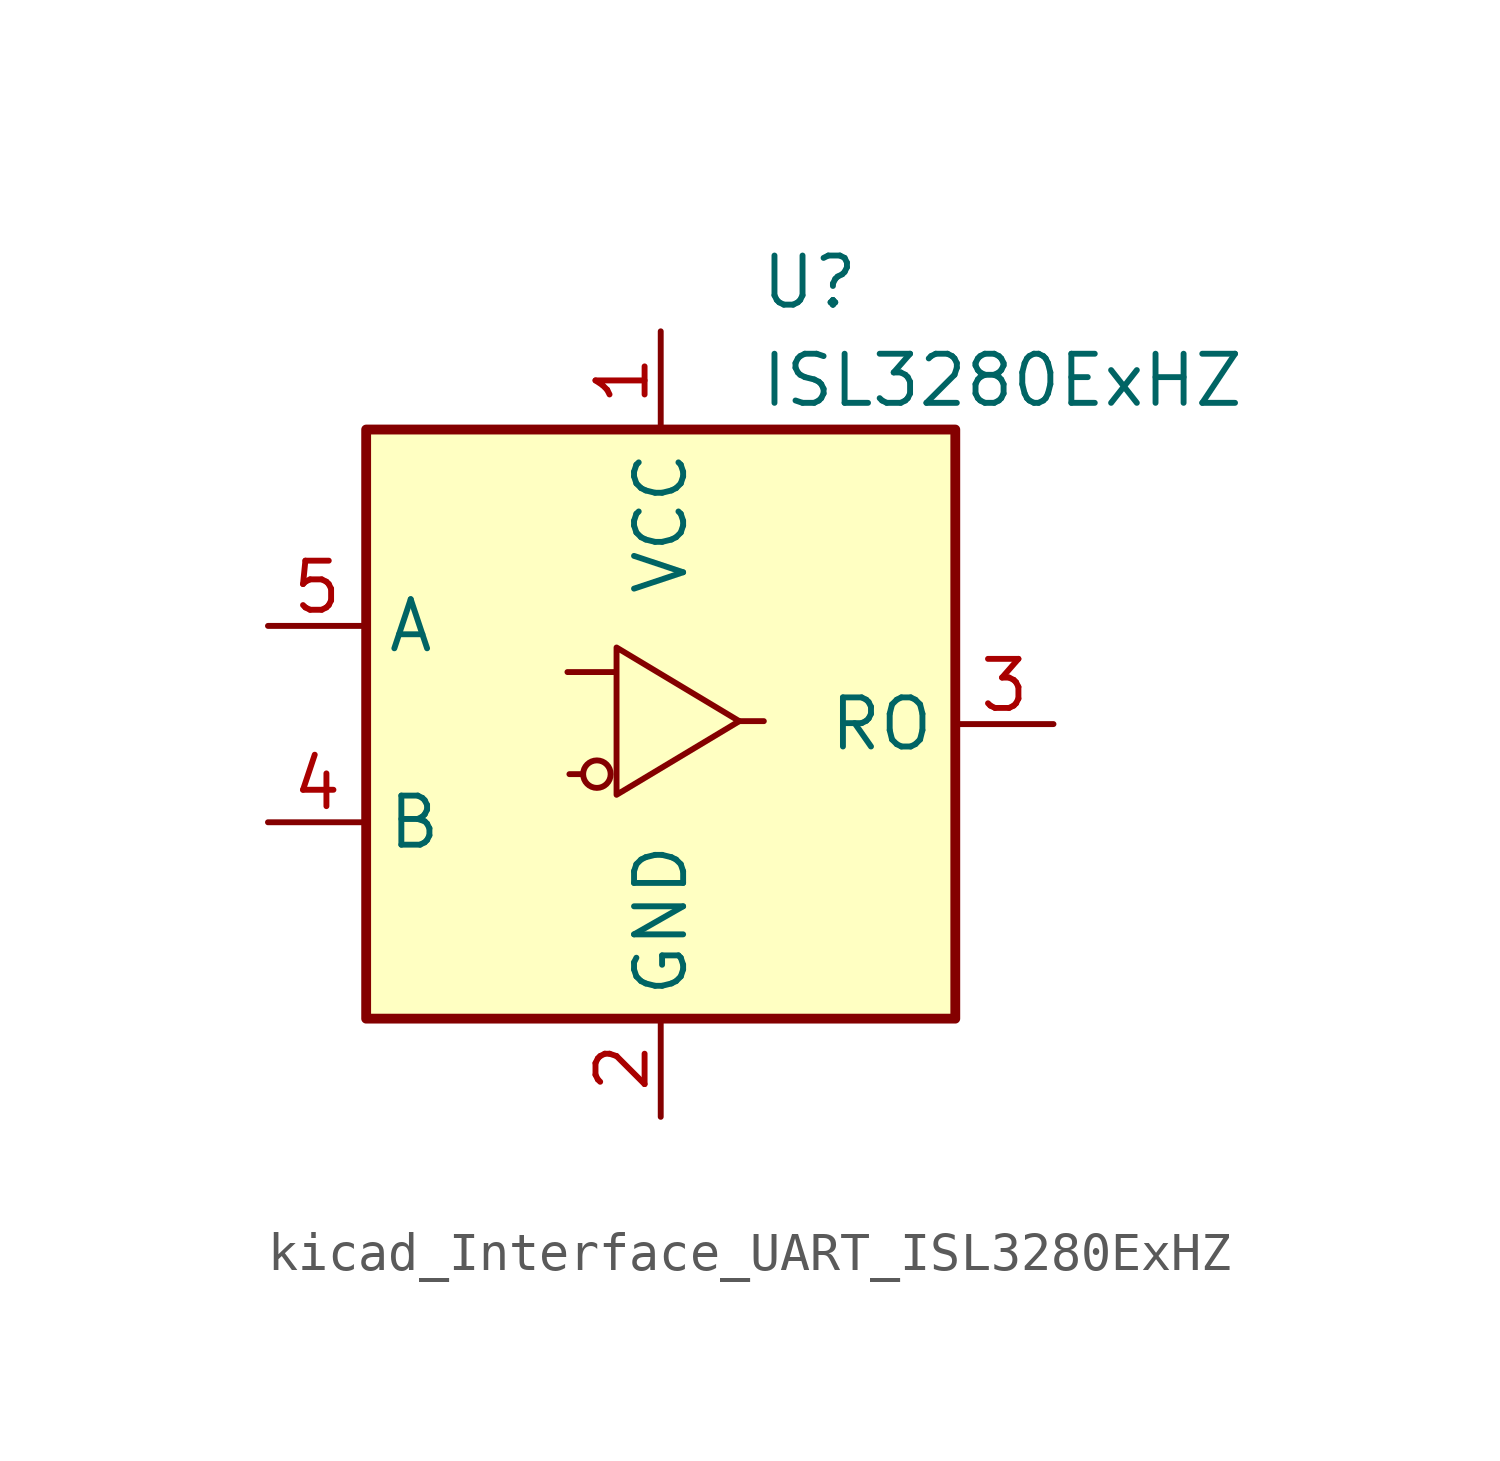
<source format=kicad_sym>
(kicad_symbol_lib
  (version 20220914)
  (generator kicad_symbol_editor)
  (symbol "kicad_Interface_UART_ISL3280ExHZ"
    (property "Reference" "U"
      (at 2.54 11.43 0)
      (effects (font (size 1.27 1.27)) (justify left)))
    (property "Value" "ISL3280ExHZ"
      (at 2.54 8.89 0)
      (effects (font (size 1.27 1.27)) (justify left)))
    (symbol "kicad_Interface_UART_ISL3280ExHZ_0_1"
      (circle (center -1.651 -1.295) (radius 0.356) (stroke (width 0) (type default)) (fill (type none)))
      (polyline (pts (xy -2.057 -1.295) (xy -2.362 -1.295)) (stroke (width 0) (type default)) (fill (type none)))
      (polyline (pts (xy 2.032 0.076) (xy 2.667 0.076)) (stroke (width 0) (type default)) (fill (type none)))
      (polyline (pts (xy -1.143 1.981) (xy -1.143 -1.829) (xy 2.032 0.076) (xy -1.143 1.981) (xy -1.143 1.346) (xy -2.413 1.346)) (stroke (width 0) (type default)) (fill (type none)))
      (rectangle (start 7.62 7.62) (end -7.62 -7.62) (stroke (width 0.254) (type default)) (fill (type background))))
    (symbol "kicad_Interface_UART_ISL3280ExHZ_1_1"
      (pin power_in line (at 0 10.16 270) (length 2.54) (name "VCC" (effects (font (size 1.27 1.27)))) (number "1" (effects (font (size 1.27 1.27)))))
      (pin power_in line (at 0 -10.16 90) (length 2.54) (name "GND" (effects (font (size 1.27 1.27)))) (number "2" (effects (font (size 1.27 1.27)))))
      (pin output line (at 10.16 0 180) (length 2.54) (name "RO" (effects (font (size 1.27 1.27)))) (number "3" (effects (font (size 1.27 1.27)))))
      (pin input line (at -10.16 -2.54 0) (length 2.54) (name "B" (effects (font (size 1.27 1.27)))) (number "4" (effects (font (size 1.27 1.27)))))
      (pin input line (at -10.16 2.54 0) (length 2.54) (name "A" (effects (font (size 1.27 1.27)))) (number "5" (effects (font (size 1.27 1.27))))))))
</source>
